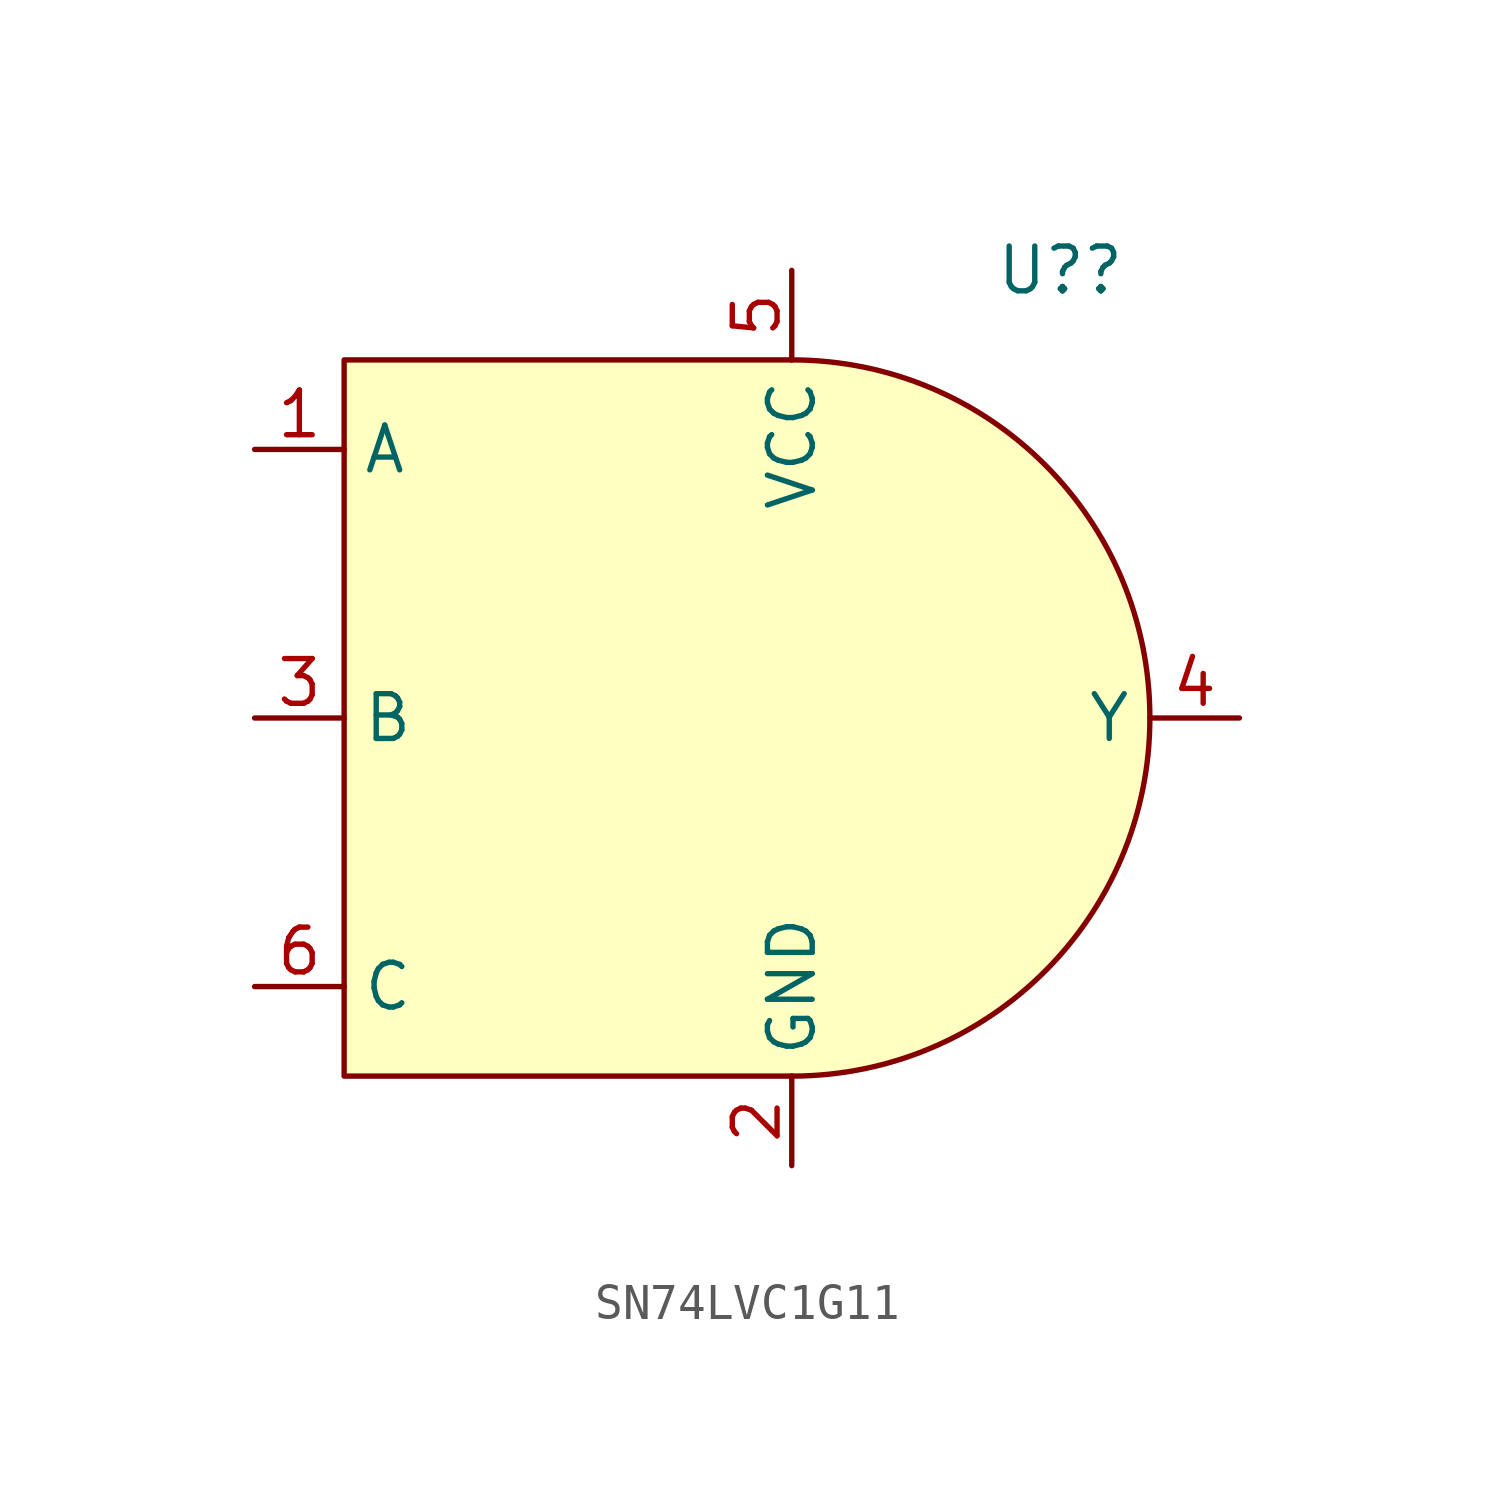
<source format=kicad_sym>
(kicad_symbol_lib
  (version 20241209)
  (generator "kicad_symbol_editor")
  (generator_version "9.0")
  (symbol "SN74LVC1G11"
    (property "Reference" "U?"
      (at 7.62 12.7 0)
      (effects (font (size 1.27 1.27))))
    (property "Value" ""
      (at 0 0 0)
      (effects (font (size 1.27 1.27))))
    (symbol "SN74LVC1G11_1_1"
      (polyline (pts (xy 0 10.16) (xy -12.7 10.16) (xy -12.7 -10.16) (xy 0 -10.16)) (stroke (width 0) (type solid)) (fill (type background)))
      (arc (start 0 10.16) (mid 10.16 0) (end 0 -10.16) (stroke (width 0) (type solid)) (fill (type background)))
      (pin input line (at -15.24 7.62 0) (length 2.54) (name "A" (effects (font (size 1.27 1.27)))) (number "1" (effects (font (size 1.27 1.27)))))
      (pin input line (at -15.24 0 0) (length 2.54) (name "B" (effects (font (size 1.27 1.27)))) (number "3" (effects (font (size 1.27 1.27)))))
      (pin input line (at -15.24 -7.62 0) (length 2.54) (name "C" (effects (font (size 1.27 1.27)))) (number "6" (effects (font (size 1.27 1.27)))))
      (pin power_in line (at 0 12.7 270) (length 2.54) (name "VCC" (effects (font (size 1.27 1.27)))) (number "5" (effects (font (size 1.27 1.27)))))
      (pin power_out line (at 0 -12.7 90) (length 2.54) (name "GND" (effects (font (size 1.27 1.27)))) (number "2" (effects (font (size 1.27 1.27)))))
      (pin input line (at 12.7 0 180) (length 2.54) (name "Y" (effects (font (size 1.27 1.27)))) (number "4" (effects (font (size 1.27 1.27))))))))
</source>
